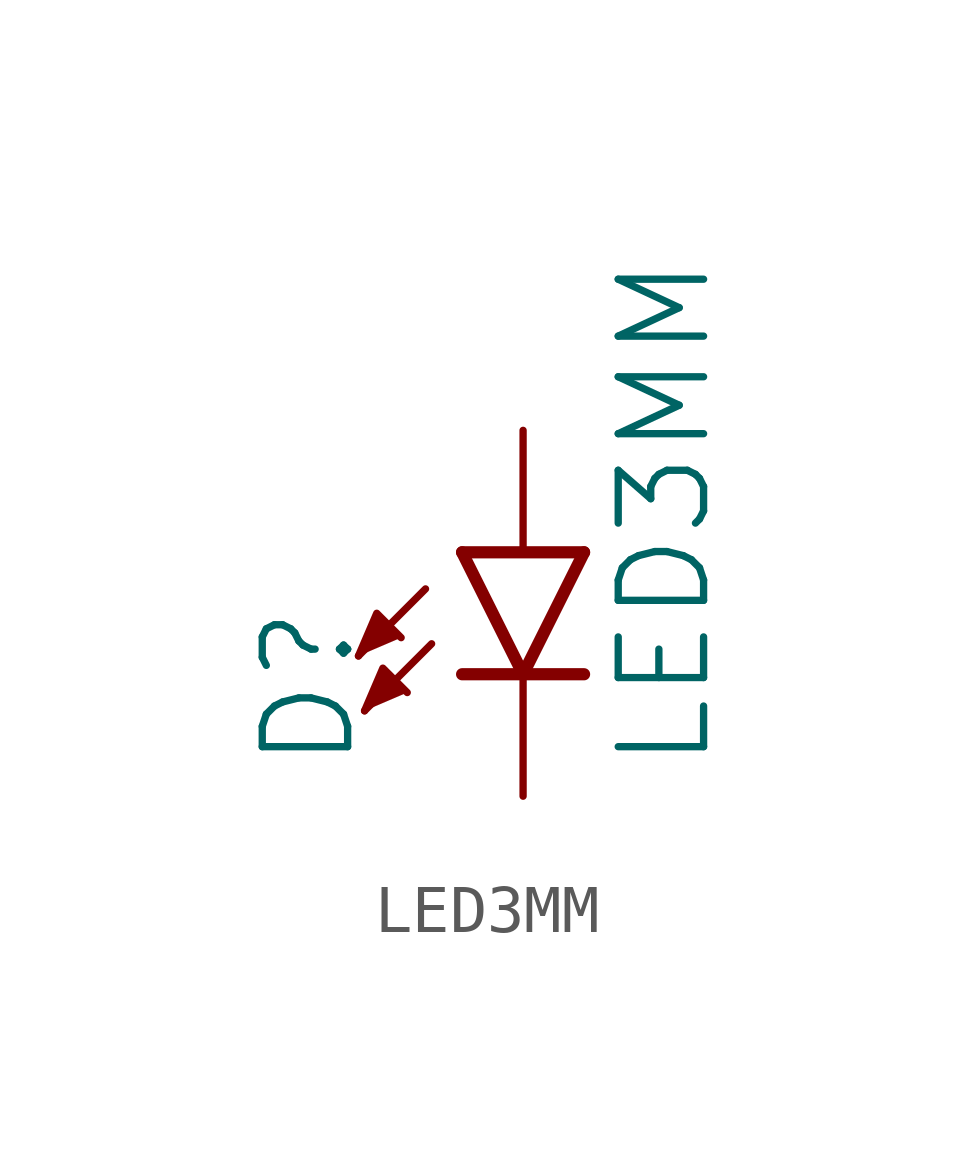
<source format=kicad_sym>
(kicad_symbol_lib
  (version 20210619)
  (generator kicad_symbol_editor)
  (symbol "LED3MM"
    (property "Reference" "D"
      (at -3.429 -4.572 90)
      (effects (font (size 1.778 1.778)) (justify left bottom)))
    (property "Value" "LED3MM"
      (at 1.905 -4.572 90)
      (effects (font (size 1.778 1.778)) (justify left top)))
    (property "ki_locked" ""
      (at 0 0 0)
      (effects (font (size 1.27 1.27))))
    (symbol "LED3MM_1_0"
      (polyline (pts (xy -2.032 -0.762) (xy -3.429 -2.159)) (stroke (width 0.152)) (fill (type none)))
      (polyline (pts (xy -1.905 -1.905) (xy -3.302 -3.302)) (stroke (width 0.152)) (fill (type none)))
      (polyline (pts (xy 0 -2.54) (xy -1.27 -2.54)) (stroke (width 0.254)) (fill (type none)))
      (polyline (pts (xy 0 -2.54) (xy -1.27 0)) (stroke (width 0.254)) (fill (type none)))
      (polyline (pts (xy 1.27 -2.54) (xy 0 -2.54)) (stroke (width 0.254)) (fill (type none)))
      (polyline (pts (xy 1.27 0) (xy -1.27 0)) (stroke (width 0.254)) (fill (type none)))
      (polyline (pts (xy 1.27 0) (xy 0 -2.54)) (stroke (width 0.254)) (fill (type none)))
      (polyline (pts (xy -3.429 -2.159) (xy -3.048 -1.27) (xy -2.54 -1.778)) (stroke (width 0)) (fill (type outline)))
      (polyline (pts (xy -3.302 -3.302) (xy -2.921 -2.413) (xy -2.413 -2.921)) (stroke (width 0)) (fill (type outline)))
      (pin passive line (at 0 2.54 270) (length 2.54) (name "A" (effects (font (size 0 0)))) (number "A" (effects (font (size 0 0)))))
      (pin passive line (at 0 -5.08 90) (length 2.54) (name "C" (effects (font (size 0 0)))) (number "K" (effects (font (size 0 0))))))))
</source>
